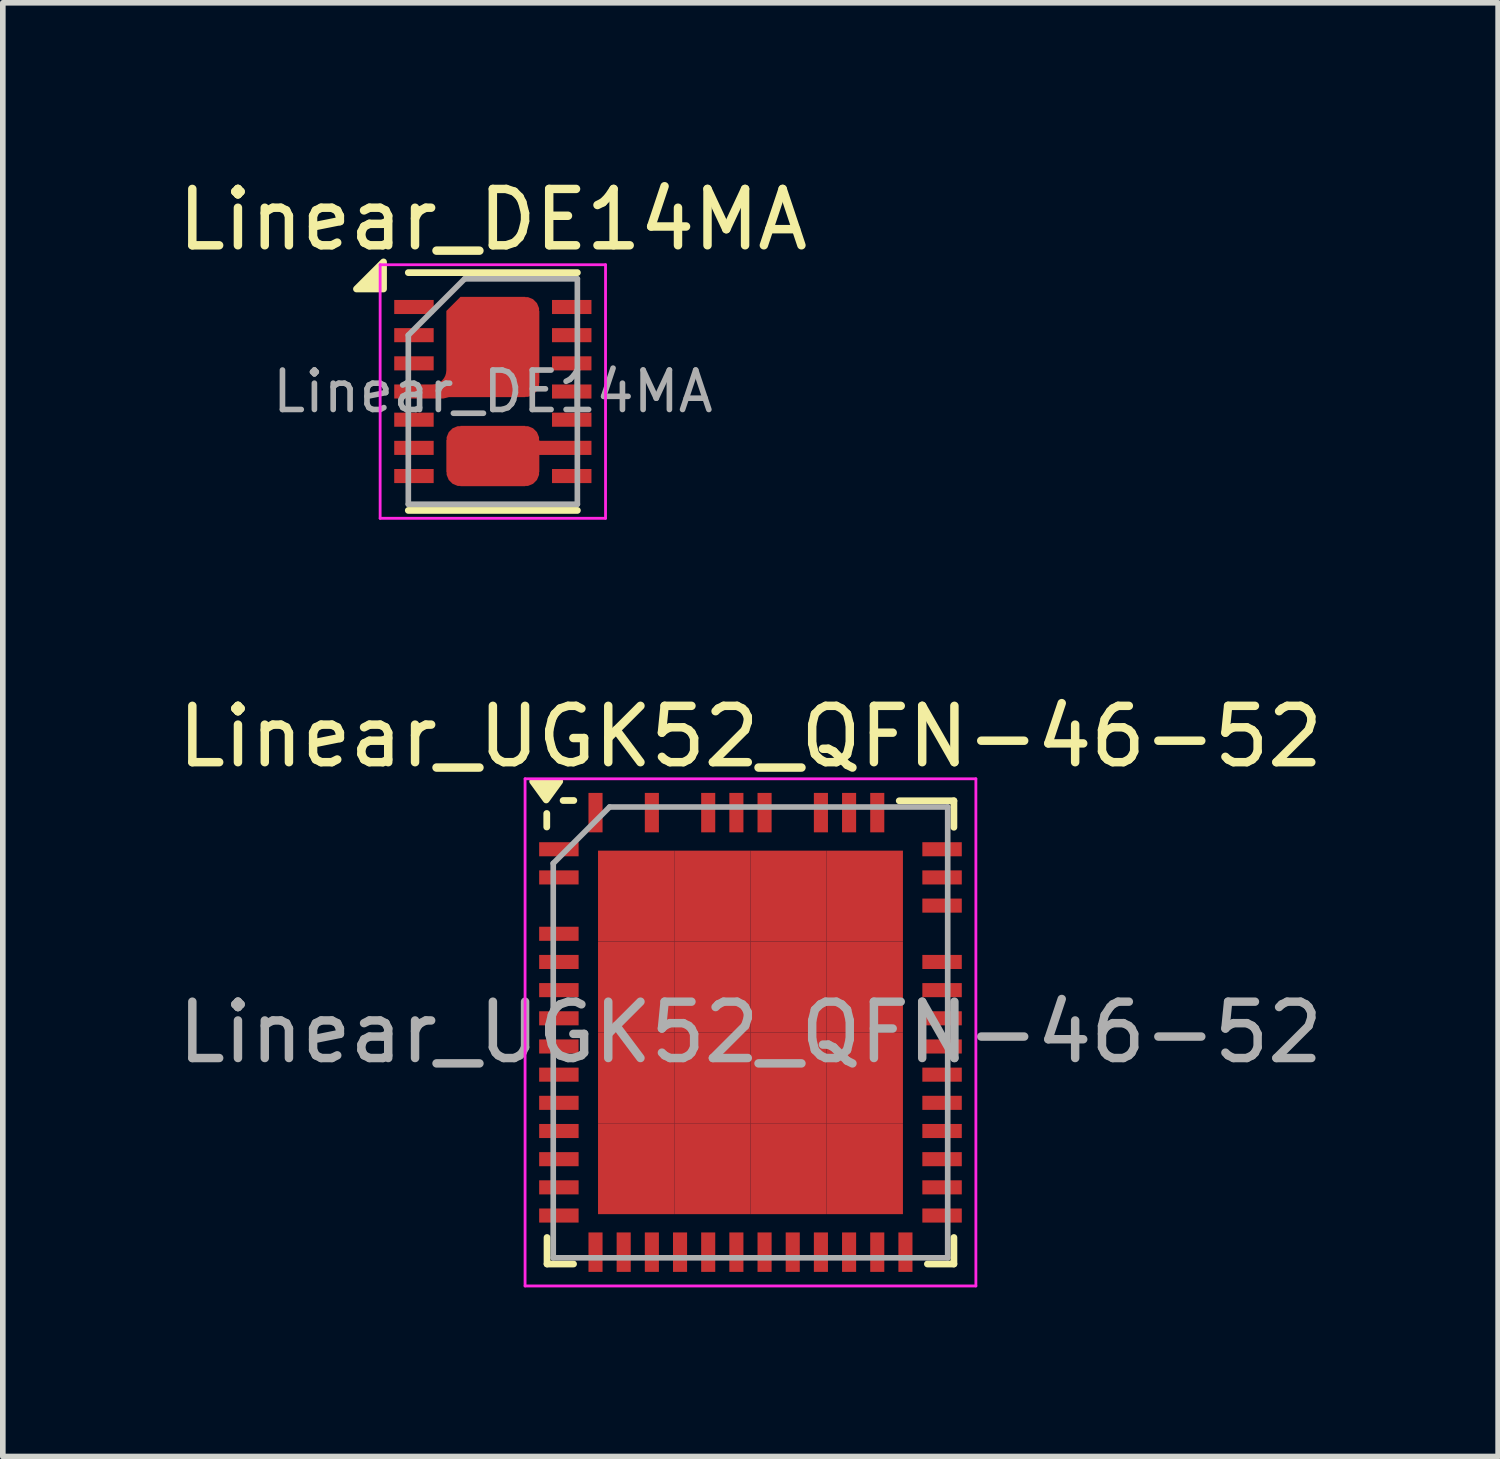
<source format=kicad_pcb>
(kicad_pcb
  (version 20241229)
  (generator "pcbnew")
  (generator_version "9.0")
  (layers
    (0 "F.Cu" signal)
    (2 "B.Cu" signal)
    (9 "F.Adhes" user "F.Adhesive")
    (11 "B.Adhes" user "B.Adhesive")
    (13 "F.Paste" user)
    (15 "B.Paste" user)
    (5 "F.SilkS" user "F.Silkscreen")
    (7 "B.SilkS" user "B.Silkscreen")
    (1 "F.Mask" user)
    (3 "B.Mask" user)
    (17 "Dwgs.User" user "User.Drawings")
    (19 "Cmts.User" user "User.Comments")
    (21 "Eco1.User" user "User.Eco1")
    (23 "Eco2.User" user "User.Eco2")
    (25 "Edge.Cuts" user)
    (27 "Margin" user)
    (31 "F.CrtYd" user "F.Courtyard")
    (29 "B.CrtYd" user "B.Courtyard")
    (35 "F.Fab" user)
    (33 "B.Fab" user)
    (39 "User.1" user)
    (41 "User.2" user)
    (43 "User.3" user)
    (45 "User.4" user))
  (footprint "Linear_UGK52_QFN-46-52"
    (layer "F.Cu")
    (at 10.268 15.271)
    (property "Reference" "Linear_UGK52_QFN-46-52" (at 0 -5.25 0) (layer "F.SilkS") (effects (font (size 1 1) (thickness 0.15))))
    (attr smd)
    (fp_line (start -3.615 -3.885) (end -3.615 -3.645) (stroke (width 0.12) (type solid)) (layer "F.SilkS"))
    (fp_line (start -3.61 4.11) (end -3.61 3.64) (stroke (width 0.12) (type solid)) (layer "F.SilkS"))
    (fp_line (start -3.61 4.11) (end -3.14 4.11) (stroke (width 0.12) (type solid)) (layer "F.SilkS"))
    (fp_line (start -3.135 -4.115) (end -3.325 -4.115) (stroke (width 0.12) (type solid)) (layer "F.SilkS"))
    (fp_line (start 3.61 -4.11) (end 2.64 -4.11) (stroke (width 0.12) (type solid)) (layer "F.SilkS"))
    (fp_line (start 3.61 -4.11) (end 3.61 -3.64) (stroke (width 0.12) (type solid)) (layer "F.SilkS"))
    (fp_line (start 3.61 4.11) (end 3.14 4.11) (stroke (width 0.12) (type solid)) (layer "F.SilkS"))
    (fp_line (start 3.61 4.11) (end 3.61 3.64) (stroke (width 0.12) (type solid)) (layer "F.SilkS"))
    (fp_poly (pts (xy -3.625 -4.125) (xy -3.865 -4.455) (xy -3.385 -4.455) (xy -3.625 -4.125)) (stroke (width 0.12) (type solid)) (fill yes) (layer "F.SilkS"))
    (fp_line (start -4 -4.5) (end -4 4.5) (stroke (width 0.05) (type solid)) (layer "F.CrtYd"))
    (fp_line (start -4 -4.5) (end 4 -4.5) (stroke (width 0.05) (type solid)) (layer "F.CrtYd"))
    (fp_line (start -4 4.5) (end 4 4.5) (stroke (width 0.05) (type solid)) (layer "F.CrtYd"))
    (fp_line (start 4 -4.5) (end 4 4.5) (stroke (width 0.05) (type solid)) (layer "F.CrtYd"))
    (fp_line (start -3.5 -3) (end -2.5 -4) (stroke (width 0.1) (type solid)) (layer "F.Fab"))
    (fp_line (start -3.5 4) (end -3.5 -3) (stroke (width 0.1) (type solid)) (layer "F.Fab"))
    (fp_line (start -2.5 -4) (end 3.5 -4) (stroke (width 0.1) (type solid)) (layer "F.Fab"))
    (fp_line (start 3.5 -4) (end 3.5 4) (stroke (width 0.1) (type solid)) (layer "F.Fab"))
    (fp_line (start 3.5 4) (end -3.5 4) (stroke (width 0.1) (type solid)) (layer "F.Fab"))
    (fp_text user "${REFERENCE}" (at 0 0 0) (layer "F.Fab") (effects (font (size 1 1) (thickness 0.15))))
    (pad "1" smd rect (at -3.4 -3.25) (size 0.7 0.25) (layers "F.Cu" "F.Mask" "F.Paste"))
    (pad "2" smd rect (at -3.4 -2.75) (size 0.7 0.25) (layers "F.Cu" "F.Mask" "F.Paste"))
    (pad "4" smd rect (at -3.4 -1.75) (size 0.7 0.25) (layers "F.Cu" "F.Mask" "F.Paste"))
    (pad "5" smd rect (at -3.4 -1.25) (size 0.7 0.25) (layers "F.Cu" "F.Mask" "F.Paste"))
    (pad "6" smd rect (at -3.4 -0.75) (size 0.7 0.25) (layers "F.Cu" "F.Mask" "F.Paste"))
    (pad "7" smd rect (at -3.4 -0.25) (size 0.7 0.25) (layers "F.Cu" "F.Mask" "F.Paste"))
    (pad "8" smd rect (at -3.4 0.25) (size 0.7 0.25) (layers "F.Cu" "F.Mask" "F.Paste"))
    (pad "9" smd rect (at -3.4 0.75) (size 0.7 0.25) (layers "F.Cu" "F.Mask" "F.Paste"))
    (pad "10" smd rect (at -3.4 1.25) (size 0.7 0.25) (layers "F.Cu" "F.Mask" "F.Paste"))
    (pad "11" smd rect (at -3.4 1.75) (size 0.7 0.25) (layers "F.Cu" "F.Mask" "F.Paste"))
    (pad "12" smd rect (at -3.4 2.25) (size 0.7 0.25) (layers "F.Cu" "F.Mask" "F.Paste"))
    (pad "13" smd rect (at -3.4 2.75) (size 0.7 0.25) (layers "F.Cu" "F.Mask" "F.Paste"))
    (pad "14" smd rect (at -3.4 3.25) (size 0.7 0.25) (layers "F.Cu" "F.Mask" "F.Paste"))
    (pad "15" smd rect (at -2.75 3.9 90) (size 0.7 0.25) (layers "F.Cu" "F.Mask" "F.Paste"))
    (pad "16" smd rect (at -2.25 3.9 90) (size 0.7 0.25) (layers "F.Cu" "F.Mask" "F.Paste"))
    (pad "17" smd rect (at -1.75 3.9 90) (size 0.7 0.25) (layers "F.Cu" "F.Mask" "F.Paste"))
    (pad "18" smd rect (at -1.25 3.9 90) (size 0.7 0.25) (layers "F.Cu" "F.Mask" "F.Paste"))
    (pad "19" smd rect (at -0.75 3.9 90) (size 0.7 0.25) (layers "F.Cu" "F.Mask" "F.Paste"))
    (pad "20" smd rect (at -0.25 3.9 90) (size 0.7 0.25) (layers "F.Cu" "F.Mask" "F.Paste"))
    (pad "21" smd rect (at 0.25 3.9 90) (size 0.7 0.25) (layers "F.Cu" "F.Mask" "F.Paste"))
    (pad "22" smd rect (at 0.75 3.9 90) (size 0.7 0.25) (layers "F.Cu" "F.Mask" "F.Paste"))
    (pad "23" smd rect (at 1.25 3.9 90) (size 0.7 0.25) (layers "F.Cu" "F.Mask" "F.Paste"))
    (pad "24" smd rect (at 1.75 3.9 90) (size 0.7 0.25) (layers "F.Cu" "F.Mask" "F.Paste"))
    (pad "25" smd rect (at 2.25 3.9 90) (size 0.7 0.25) (layers "F.Cu" "F.Mask" "F.Paste"))
    (pad "26" smd rect (at 2.75 3.9 90) (size 0.7 0.25) (layers "F.Cu" "F.Mask" "F.Paste"))
    (pad "27" smd rect (at 3.4 3.25) (size 0.7 0.25) (layers "F.Cu" "F.Mask" "F.Paste"))
    (pad "28" smd rect (at 3.4 2.75) (size 0.7 0.25) (layers "F.Cu" "F.Mask" "F.Paste"))
    (pad "29" smd rect (at 3.4 2.25) (size 0.7 0.25) (layers "F.Cu" "F.Mask" "F.Paste"))
    (pad "30" smd rect (at 3.4 1.75) (size 0.7 0.25) (layers "F.Cu" "F.Mask" "F.Paste"))
    (pad "31" smd rect (at 3.4 1.25) (size 0.7 0.25) (layers "F.Cu" "F.Mask" "F.Paste"))
    (pad "32" smd rect (at 3.4 0.75) (size 0.7 0.25) (layers "F.Cu" "F.Mask" "F.Paste"))
    (pad "33" smd rect (at 3.4 0.25) (size 0.7 0.25) (layers "F.Cu" "F.Mask" "F.Paste"))
    (pad "34" smd rect (at 3.4 -0.25) (size 0.7 0.25) (layers "F.Cu" "F.Mask" "F.Paste"))
    (pad "35" smd rect (at 3.4 -0.75) (size 0.7 0.25) (layers "F.Cu" "F.Mask" "F.Paste"))
    (pad "36" smd rect (at 3.4 -1.25) (size 0.7 0.25) (layers "F.Cu" "F.Mask" "F.Paste"))
    (pad "38" smd rect (at 3.4 -2.25) (size 0.7 0.25) (layers "F.Cu" "F.Mask" "F.Paste"))
    (pad "39" smd rect (at 3.4 -2.75) (size 0.7 0.25) (layers "F.Cu" "F.Mask" "F.Paste"))
    (pad "40" smd rect (at 3.4 -3.25) (size 0.7 0.25) (layers "F.Cu" "F.Mask" "F.Paste"))
    (pad "42" smd rect (at 2.25 -3.9 90) (size 0.7 0.25) (layers "F.Cu" "F.Mask" "F.Paste"))
    (pad "43" smd rect (at 1.75 -3.9 90) (size 0.7 0.25) (layers "F.Cu" "F.Mask" "F.Paste"))
    (pad "44" smd rect (at 1.25 -3.9 90) (size 0.7 0.25) (layers "F.Cu" "F.Mask" "F.Paste"))
    (pad "46" smd rect (at 0.25 -3.9 90) (size 0.7 0.25) (layers "F.Cu" "F.Mask" "F.Paste"))
    (pad "47" smd rect (at -0.25 -3.9 90) (size 0.7 0.25) (layers "F.Cu" "F.Mask" "F.Paste"))
    (pad "48" smd rect (at -0.75 -3.9 90) (size 0.7 0.25) (layers "F.Cu" "F.Mask" "F.Paste"))
    (pad "50" smd rect (at -1.75 -3.9 90) (size 0.7 0.25) (layers "F.Cu" "F.Mask" "F.Paste"))
    (pad "52" smd rect (at -2.75 -3.9 90) (size 0.7 0.25) (layers "F.Cu" "F.Mask" "F.Paste"))
    (pad "53" smd rect (at -2.029 -2.419) (size 1.353 1.613) (layers "F.Cu" "F.Mask" "F.Paste"))
    (pad "53" smd rect (at -2.029 -0.806) (size 1.353 1.613) (layers "F.Cu" "F.Mask" "F.Paste"))
    (pad "53" smd rect (at -2.029 0.806) (size 1.353 1.613) (layers "F.Cu" "F.Mask" "F.Paste"))
    (pad "53" smd rect (at -2.029 2.419) (size 1.353 1.613) (layers "F.Cu" "F.Mask" "F.Paste"))
    (pad "53" smd rect (at -0.676 -2.419) (size 1.353 1.613) (layers "F.Cu" "F.Mask" "F.Paste"))
    (pad "53" smd rect (at -0.676 -0.806) (size 1.353 1.613) (layers "F.Cu" "F.Mask" "F.Paste"))
    (pad "53" smd rect (at -0.676 0.806) (size 1.353 1.613) (layers "F.Cu" "F.Mask" "F.Paste"))
    (pad "53" smd rect (at -0.676 2.419) (size 1.353 1.613) (layers "F.Cu" "F.Mask" "F.Paste"))
    (pad "53" smd rect (at 0.676 -2.419) (size 1.353 1.613) (layers "F.Cu" "F.Mask" "F.Paste"))
    (pad "53" smd rect (at 0.676 -0.806) (size 1.353 1.613) (layers "F.Cu" "F.Mask" "F.Paste"))
    (pad "53" smd rect (at 0.676 0.806) (size 1.353 1.613) (layers "F.Cu" "F.Mask" "F.Paste"))
    (pad "53" smd rect (at 0.676 2.419) (size 1.353 1.613) (layers "F.Cu" "F.Mask" "F.Paste"))
    (pad "53" smd rect (at 2.029 -2.419) (size 1.353 1.613) (layers "F.Cu" "F.Mask" "F.Paste"))
    (pad "53" smd rect (at 2.029 -0.806) (size 1.353 1.613) (layers "F.Cu" "F.Mask" "F.Paste"))
    (pad "53" smd rect (at 2.029 0.806) (size 1.353 1.613) (layers "F.Cu" "F.Mask" "F.Paste"))
    (pad "53" smd rect (at 2.029 2.419) (size 1.353 1.613) (layers "F.Cu" "F.Mask" "F.Paste")))
  (footprint "Linear_DE14MA"
    (layer "F.Cu")
    (at 5.696 3.898)
    (property "Reference" "Linear_DE14MA" (at 0 -3.05 0) (layer "F.SilkS") (effects (font (size 1 1) (thickness 0.15))))
    (attr smd)
    (fp_line (start -1.5 -2.11) (end 1.5 -2.11) (stroke (width 0.12) (type solid)) (layer "F.SilkS"))
    (fp_line (start -1.5 2.11) (end 1.5 2.11) (stroke (width 0.12) (type solid)) (layer "F.SilkS"))
    (fp_poly (pts (xy -1.94 -1.82) (xy -2.42 -1.82) (xy -1.94 -2.3) (xy -1.94 -1.82)) (stroke (width 0.12) (type solid)) (fill yes) (layer "F.SilkS"))
    (fp_line (start -2 -2.25) (end -2 2.25) (stroke (width 0.05) (type solid)) (layer "F.CrtYd"))
    (fp_line (start -2 -2.25) (end 2 -2.25) (stroke (width 0.05) (type solid)) (layer "F.CrtYd"))
    (fp_line (start -2 2.25) (end 2 2.25) (stroke (width 0.05) (type solid)) (layer "F.CrtYd"))
    (fp_line (start 2 -2.25) (end 2 2.25) (stroke (width 0.05) (type solid)) (layer "F.CrtYd"))
    (fp_line (start -1.5 -1) (end -0.5 -2) (stroke (width 0.1) (type solid)) (layer "F.Fab"))
    (fp_line (start -1.5 2) (end -1.5 -1) (stroke (width 0.1) (type solid)) (layer "F.Fab"))
    (fp_line (start -0.5 -2) (end 1.5 -2) (stroke (width 0.1) (type solid)) (layer "F.Fab"))
    (fp_line (start 1.5 -2) (end 1.5 2) (stroke (width 0.1) (type solid)) (layer "F.Fab"))
    (fp_line (start 1.5 2) (end -1.5 2) (stroke (width 0.1) (type solid)) (layer "F.Fab"))
    (fp_text user "${REFERENCE}" (at 0 0 0) (layer "F.Fab") (effects (font (size 0.7 0.7) (thickness 0.1))))
    (pad "1" smd rect (at -1.4 -1.5) (size 0.7 0.25) (layers "F.Cu" "F.Mask" "F.Paste"))
    (pad "2" smd rect (at -1.4 -1) (size 0.7 0.25) (layers "F.Cu" "F.Mask" "F.Paste"))
    (pad "3" smd rect (at -1.4 -0.5) (size 0.7 0.25) (layers "F.Cu" "F.Mask" "F.Paste"))
    (pad "4" smd custom (at 0 -0.79) (size 1.65 1.28) (layers "F.Cu" "F.Mask" "F.Paste") (options (anchor rect)) (primitives (gr_circle (center 0.575 -0.64) (end 0.825 -0.64) (width 0) (fill yes)) (gr_circle (center 0.575 0.64) (end 0.825 0.64) (width 0) (fill yes)) (gr_poly (pts (xy 0.575 0.89) (xy -0.825 0.89) (xy -0.825 -0.64) (xy -0.575 -0.89) (xy 0.575 -0.89)) (width 0) (fill yes)) (gr_poly (pts (xy -0.78 0.89) (xy -0.88 0.915) (xy -1.75 0.915) (xy -1.75 0.665) (xy -0.78 0.665)) (width 0) (fill yes)) (gr_poly (pts (xy -0.825 0.665) (xy -1.075 0.665) (xy -1.025 0.66) (xy -0.977 0.645) (xy -0.935 0.622) (xy -0.897 0.591) (xy -0.866 0.552) (xy -0.844 0.511) (xy -0.83 0.464) (xy -0.825 0.415)) (width 0.001) (fill yes))))
    (pad "5" smd rect (at -1.4 0.5) (size 0.7 0.25) (layers "F.Cu" "F.Mask" "F.Paste"))
    (pad "6" smd rect (at -1.4 1) (size 0.7 0.25) (layers "F.Cu" "F.Mask" "F.Paste"))
    (pad "7" smd rect (at -1.4 1.5) (size 0.7 0.25) (layers "F.Cu" "F.Mask" "F.Paste"))
    (pad "8" smd rect (at 1.4 1.5) (size 0.7 0.25) (layers "F.Cu" "F.Mask" "F.Paste"))
    (pad "9" smd custom (at 0 1.145) (size 1.15 1.07) (layers "F.Cu" "F.Mask" "F.Paste") (options (anchor rect)) (primitives (gr_circle (center -0.575 -0.285) (end -0.325 -0.285) (width 0) (fill yes)) (gr_circle (center 0.575 -0.285) (end 0.825 -0.285) (width 0) (fill yes)) (gr_circle (center -0.575 0.285) (end -0.325 0.285) (width 0) (fill yes)) (gr_circle (center 0.575 0.285) (end 0.825 0.285) (width 0) (fill yes)) (gr_poly (pts (xy 0.825 0.285) (xy -0.825 0.285) (xy -0.825 -0.285) (xy 0.825 -0.285)) (width 0) (fill yes)) (gr_poly (pts (xy 1.75 -0.02) (xy 0.825 -0.02) (xy 0.825 -0.27) (xy 1.75 -0.27)) (width 0) (fill yes))))
    (pad "10" smd rect (at 1.4 0.5) (size 0.7 0.25) (layers "F.Cu" "F.Mask" "F.Paste"))
    (pad "11" smd rect (at 1.4 0) (size 0.7 0.25) (layers "F.Cu" "F.Mask" "F.Paste"))
    (pad "12" smd rect (at 1.4 -0.5) (size 0.7 0.25) (layers "F.Cu" "F.Mask" "F.Paste"))
    (pad "13" smd rect (at 1.4 -1) (size 0.7 0.25) (layers "F.Cu" "F.Mask" "F.Paste"))
    (pad "14" smd rect (at 1.4 -1.5) (size 0.7 0.25) (layers "F.Cu" "F.Mask" "F.Paste")))
  (gr_rect
    (start -3 -3)
    (end 23.536 22.797)
    (stroke (width 0.1) (type default))
    (fill no)
    (layer "Edge.Cuts")))
</source>
